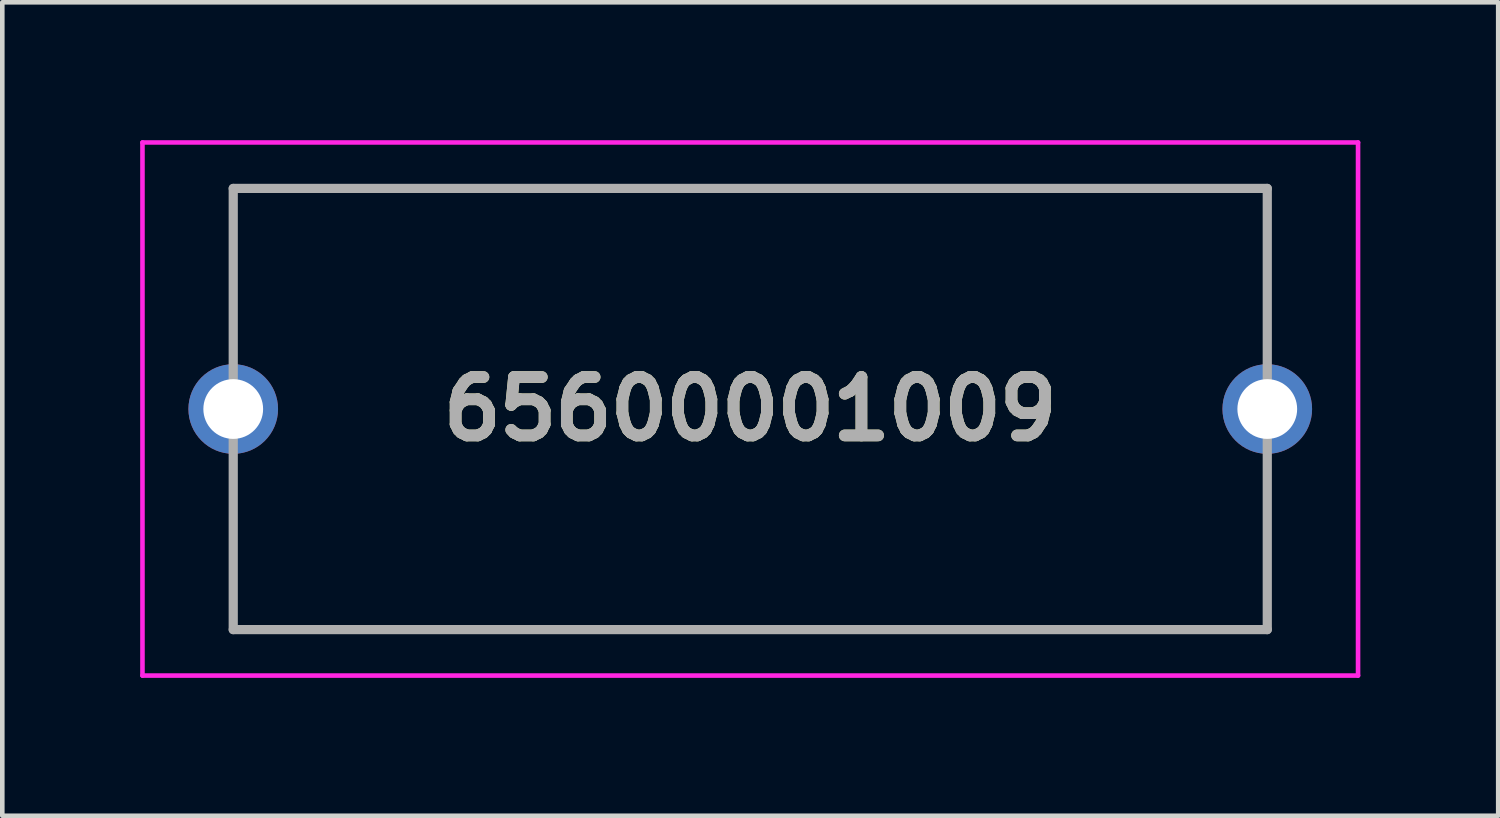
<source format=kicad_pcb>
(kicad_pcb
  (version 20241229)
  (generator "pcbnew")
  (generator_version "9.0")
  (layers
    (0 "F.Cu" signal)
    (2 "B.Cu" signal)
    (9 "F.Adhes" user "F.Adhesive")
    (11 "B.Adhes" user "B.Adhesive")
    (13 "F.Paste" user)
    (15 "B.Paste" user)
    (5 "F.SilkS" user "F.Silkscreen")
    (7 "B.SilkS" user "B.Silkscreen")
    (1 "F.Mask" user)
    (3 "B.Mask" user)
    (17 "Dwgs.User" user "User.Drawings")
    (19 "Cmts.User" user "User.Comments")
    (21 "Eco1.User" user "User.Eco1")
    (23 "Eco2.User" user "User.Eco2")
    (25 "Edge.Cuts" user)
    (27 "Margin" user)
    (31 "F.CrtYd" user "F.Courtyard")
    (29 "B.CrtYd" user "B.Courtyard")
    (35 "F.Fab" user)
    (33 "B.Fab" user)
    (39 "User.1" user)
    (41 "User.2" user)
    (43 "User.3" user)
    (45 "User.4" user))
  (footprint "65600001009"
    (layer "F.Cu")
    (at 13.275 5.85)
    (property "Reference" "65600001009" (at 0 0 0) (layer "F.SilkS") (effects (font (size 1.27 1.27) (thickness 0.254))))
    (attr through_hole)
    (fp_line (start -11.25 -4.8) (end 11.25 -4.8) (stroke (width 0.1) (type solid)) (layer "F.SilkS"))
    (fp_line (start -11.25 -2) (end -11.25 -4.8) (stroke (width 0.1) (type solid)) (layer "F.SilkS"))
    (fp_line (start -11.25 2) (end -11.25 4.8) (stroke (width 0.1) (type solid)) (layer "F.SilkS"))
    (fp_line (start -11.25 4.8) (end 11.25 4.8) (stroke (width 0.1) (type solid)) (layer "F.SilkS"))
    (fp_line (start 11.25 -4.8) (end 11.25 -2) (stroke (width 0.1) (type solid)) (layer "F.SilkS"))
    (fp_line (start 11.25 4.8) (end 11.25 2) (stroke (width 0.1) (type solid)) (layer "F.SilkS"))
    (fp_line (start -13.225 -5.8) (end 13.225 -5.8) (stroke (width 0.1) (type solid)) (layer "F.CrtYd"))
    (fp_line (start -13.225 5.8) (end -13.225 -5.8) (stroke (width 0.1) (type solid)) (layer "F.CrtYd"))
    (fp_line (start 13.225 -5.8) (end 13.225 5.8) (stroke (width 0.1) (type solid)) (layer "F.CrtYd"))
    (fp_line (start 13.225 5.8) (end -13.225 5.8) (stroke (width 0.1) (type solid)) (layer "F.CrtYd"))
    (fp_line (start -11.25 -4.8) (end 11.25 -4.8) (stroke (width 0.2) (type solid)) (layer "F.Fab"))
    (fp_line (start -11.25 4.8) (end -11.25 -4.8) (stroke (width 0.2) (type solid)) (layer "F.Fab"))
    (fp_line (start 11.25 -4.8) (end 11.25 4.8) (stroke (width 0.2) (type solid)) (layer "F.Fab"))
    (fp_line (start 11.25 4.8) (end -11.25 4.8) (stroke (width 0.2) (type solid)) (layer "F.Fab"))
    (fp_text user "${REFERENCE}" (at 0 0 0) (layer "F.Fab") (effects (font (size 1.27 1.27) (thickness 0.254))))
    (pad "1" thru_hole circle (at -11.25 0) (size 1.95 1.95) (drill 1.3) (layers "*.Cu" "*.Mask"))
    (pad "2" thru_hole circle (at 11.25 0) (size 1.95 1.95) (drill 1.3) (layers "*.Cu" "*.Mask")))
  (gr_rect
    (start -3 -3)
    (end 29.55 14.7)
    (stroke (width 0.1) (type default))
    (fill no)
    (layer "Edge.Cuts")))
</source>
